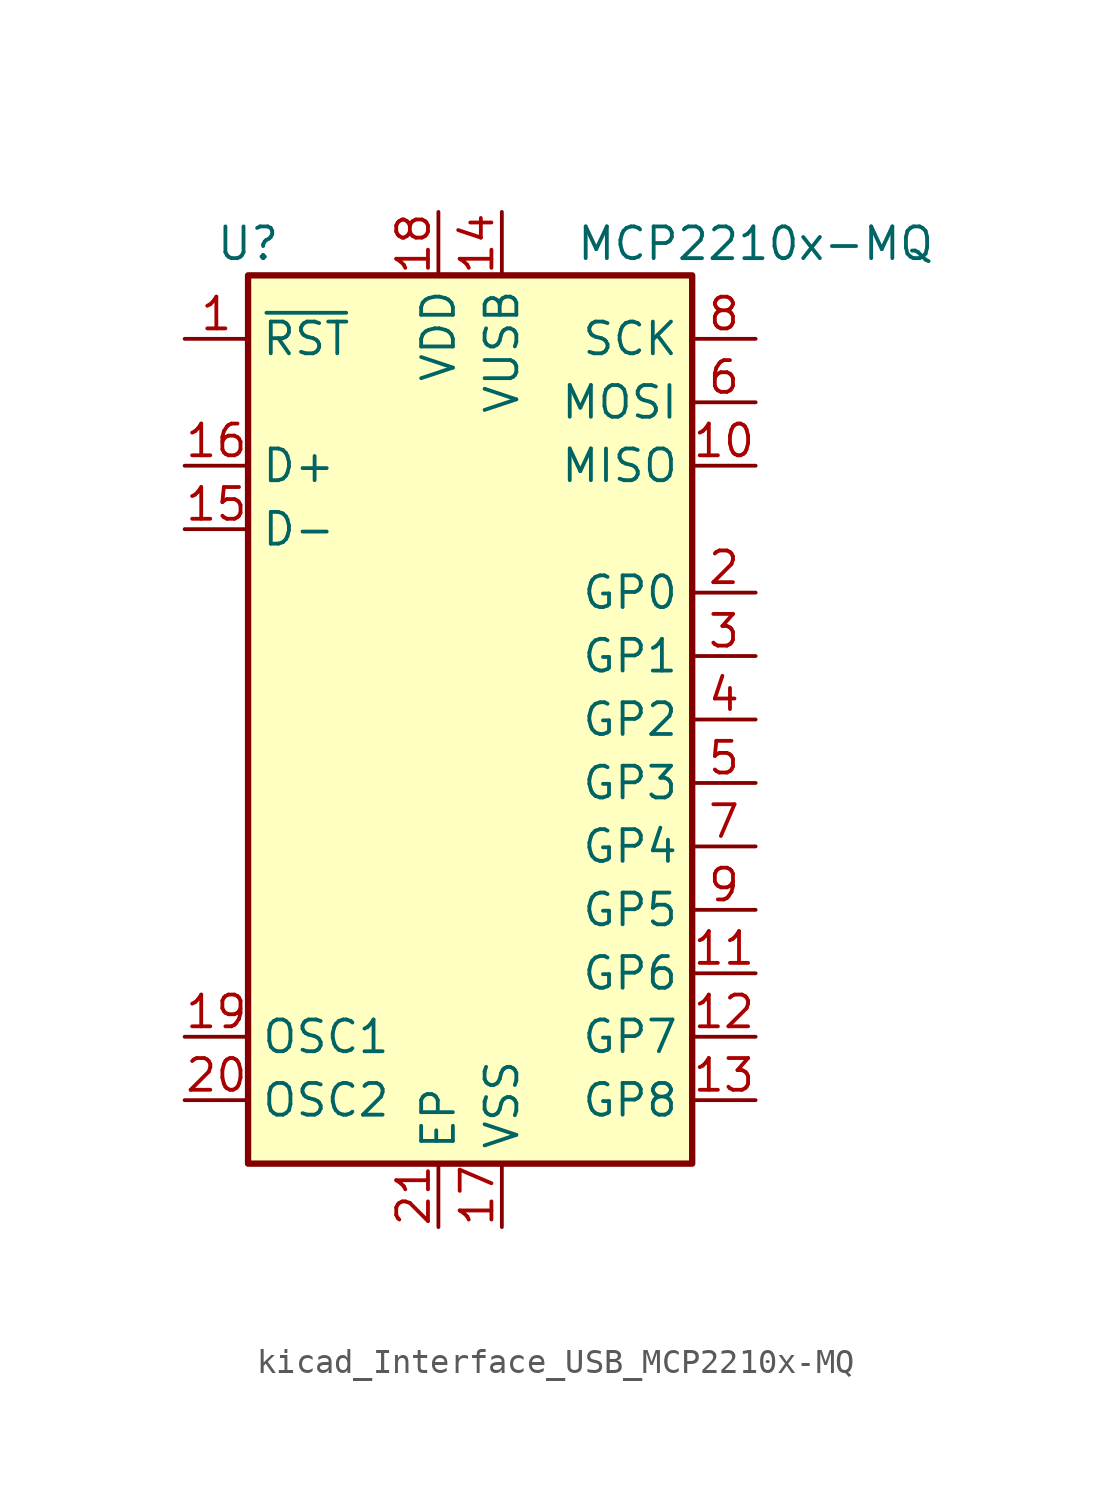
<source format=kicad_sym>
(kicad_symbol_lib
  (version 20220914)
  (generator kicad_symbol_editor)
  (symbol "kicad_Interface_USB_MCP2210x-MQ"
    (property "Reference" "U"
      (at -10.16 19.05 0)
      (effects (font (size 1.27 1.27))))
    (property "Value" "MCP2210x-MQ"
      (at 10.16 19.05 0)
      (effects (font (size 1.27 1.27))))
    (symbol "kicad_Interface_USB_MCP2210x-MQ_0_1"
      (rectangle (start -10.16 17.78) (end 7.62 -17.78) (stroke (width 0.254) (type default)) (fill (type background))))
    (symbol "kicad_Interface_USB_MCP2210x-MQ_1_1"
      (pin input line (at -12.7 15.24 0) (length 2.54) (name "~{RST}" (effects (font (size 1.27 1.27)))) (number "1" (effects (font (size 1.27 1.27)))))
      (pin input line (at 10.16 10.16 180) (length 2.54) (name "MISO" (effects (font (size 1.27 1.27)))) (number "10" (effects (font (size 1.27 1.27)))))
      (pin bidirectional line (at 10.16 -10.16 180) (length 2.54) (name "GP6" (effects (font (size 1.27 1.27)))) (number "11" (effects (font (size 1.27 1.27)))))
      (pin bidirectional line (at 10.16 -12.7 180) (length 2.54) (name "GP7" (effects (font (size 1.27 1.27)))) (number "12" (effects (font (size 1.27 1.27)))))
      (pin bidirectional line (at 10.16 -15.24 180) (length 2.54) (name "GP8" (effects (font (size 1.27 1.27)))) (number "13" (effects (font (size 1.27 1.27)))))
      (pin passive line (at 0 20.32 270) (length 2.54) (name "VUSB" (effects (font (size 1.27 1.27)))) (number "14" (effects (font (size 1.27 1.27)))))
      (pin bidirectional line (at -12.7 7.62 0) (length 2.54) (name "D-" (effects (font (size 1.27 1.27)))) (number "15" (effects (font (size 1.27 1.27)))))
      (pin bidirectional line (at -12.7 10.16 0) (length 2.54) (name "D+" (effects (font (size 1.27 1.27)))) (number "16" (effects (font (size 1.27 1.27)))))
      (pin power_in line (at 0 -20.32 90) (length 2.54) (name "VSS" (effects (font (size 1.27 1.27)))) (number "17" (effects (font (size 1.27 1.27)))))
      (pin power_in line (at -2.54 20.32 270) (length 2.54) (name "VDD" (effects (font (size 1.27 1.27)))) (number "18" (effects (font (size 1.27 1.27)))))
      (pin input line (at -12.7 -12.7 0) (length 2.54) (name "OSC1" (effects (font (size 1.27 1.27)))) (number "19" (effects (font (size 1.27 1.27)))))
      (pin bidirectional line (at 10.16 5.08 180) (length 2.54) (name "GP0" (effects (font (size 1.27 1.27)))) (number "2" (effects (font (size 1.27 1.27)))))
      (pin output line (at -12.7 -15.24 0) (length 2.54) (name "OSC2" (effects (font (size 1.27 1.27)))) (number "20" (effects (font (size 1.27 1.27)))))
      (pin passive line (at -2.54 -20.32 90) (length 2.54) (name "EP" (effects (font (size 1.27 1.27)))) (number "21" (effects (font (size 1.27 1.27)))))
      (pin bidirectional line (at 10.16 2.54 180) (length 2.54) (name "GP1" (effects (font (size 1.27 1.27)))) (number "3" (effects (font (size 1.27 1.27)))))
      (pin bidirectional line (at 10.16 0 180) (length 2.54) (name "GP2" (effects (font (size 1.27 1.27)))) (number "4" (effects (font (size 1.27 1.27)))))
      (pin bidirectional line (at 10.16 -2.54 180) (length 2.54) (name "GP3" (effects (font (size 1.27 1.27)))) (number "5" (effects (font (size 1.27 1.27)))))
      (pin output line (at 10.16 12.7 180) (length 2.54) (name "MOSI" (effects (font (size 1.27 1.27)))) (number "6" (effects (font (size 1.27 1.27)))))
      (pin bidirectional line (at 10.16 -5.08 180) (length 2.54) (name "GP4" (effects (font (size 1.27 1.27)))) (number "7" (effects (font (size 1.27 1.27)))))
      (pin output line (at 10.16 15.24 180) (length 2.54) (name "SCK" (effects (font (size 1.27 1.27)))) (number "8" (effects (font (size 1.27 1.27)))))
      (pin bidirectional line (at 10.16 -7.62 180) (length 2.54) (name "GP5" (effects (font (size 1.27 1.27)))) (number "9" (effects (font (size 1.27 1.27))))))))
</source>
